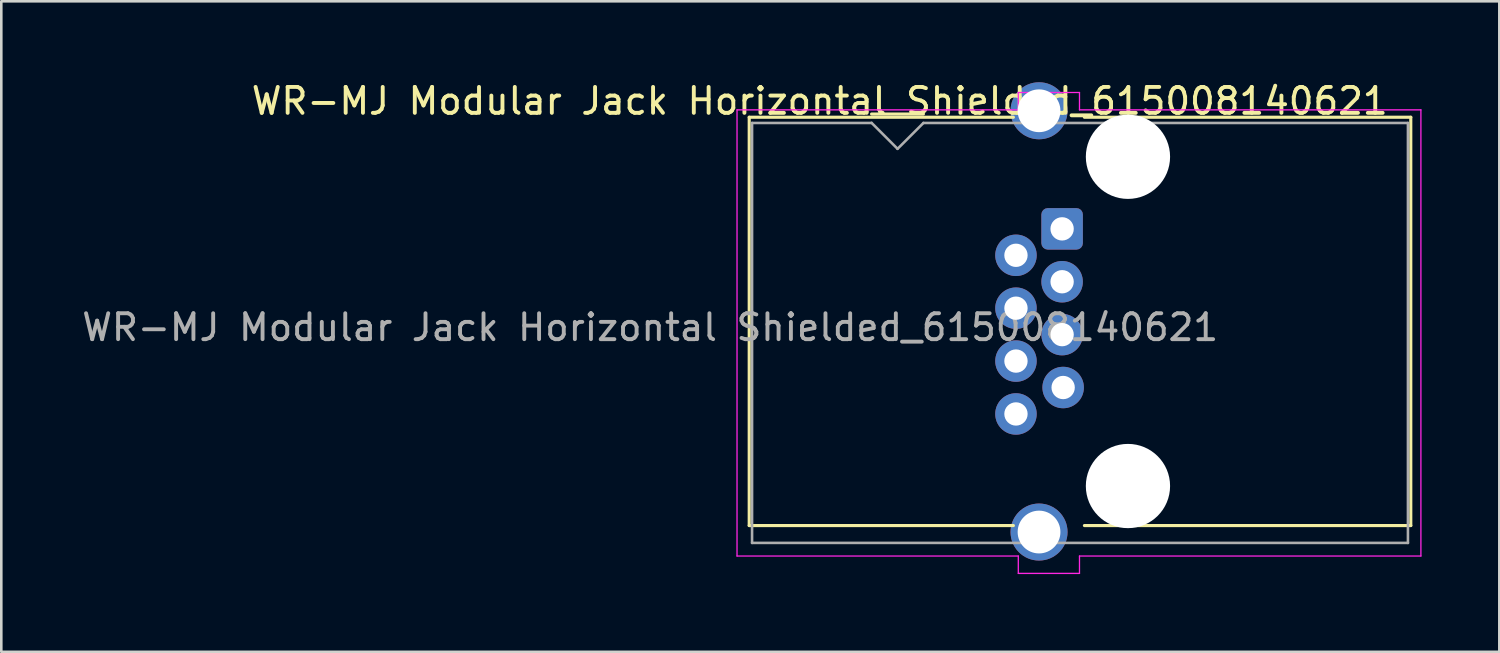
<source format=kicad_pcb>
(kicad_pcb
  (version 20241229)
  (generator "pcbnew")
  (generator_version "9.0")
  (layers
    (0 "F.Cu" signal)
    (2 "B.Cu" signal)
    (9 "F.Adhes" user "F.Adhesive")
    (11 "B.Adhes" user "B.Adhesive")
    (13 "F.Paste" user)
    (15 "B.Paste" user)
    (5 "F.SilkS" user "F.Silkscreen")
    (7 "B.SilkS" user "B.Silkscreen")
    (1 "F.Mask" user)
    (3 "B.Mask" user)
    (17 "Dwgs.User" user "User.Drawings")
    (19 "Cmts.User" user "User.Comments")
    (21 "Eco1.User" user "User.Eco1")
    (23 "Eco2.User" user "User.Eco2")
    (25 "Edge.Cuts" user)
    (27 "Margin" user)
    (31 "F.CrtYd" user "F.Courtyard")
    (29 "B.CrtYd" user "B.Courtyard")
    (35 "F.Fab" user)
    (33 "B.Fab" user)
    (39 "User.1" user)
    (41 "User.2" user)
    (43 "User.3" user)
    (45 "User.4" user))
  (footprint "WR-MJ Modular Jack Horizontal Shielded_615008140621"
    (layer "F.Cu")
    (at 40.46 9.348)
    (property "Reference" "WR-MJ Modular Jack Horizontal Shielded_615008140621" (at -11.89 -8.5 0) (layer "F.SilkS") (effects (font (size 1 1) (thickness 0.15))))
    (attr through_hole)
    (fp_line (start -14.61 -7.875) (end -14.61 7.875) (stroke (width 0.12) (type solid)) (layer "F.SilkS"))
    (fp_line (start -14.61 7.875) (end -4.42 7.875) (stroke (width 0.12) (type solid)) (layer "F.SilkS"))
    (fp_line (start -9.89 -8) (end -7.89 -8) (stroke (width 0.12) (type solid)) (layer "F.SilkS"))
    (fp_line (start -4.42 -7.875) (end -14.61 -7.875) (stroke (width 0.12) (type solid)) (layer "F.SilkS"))
    (fp_line (start -1.68 7.875) (end 10.91 7.875) (stroke (width 0.12) (type solid)) (layer "F.SilkS"))
    (fp_line (start 10.91 -7.875) (end -1.68 -7.875) (stroke (width 0.12) (type solid)) (layer "F.SilkS"))
    (fp_line (start 10.91 7.875) (end 10.91 -7.875) (stroke (width 0.12) (type solid)) (layer "F.SilkS"))
    (fp_line (start -15.08 -8.16) (end -15.08 9.05) (stroke (width 0.05) (type solid)) (layer "F.CrtYd"))
    (fp_line (start -4.23 -8.83) (end -4.23 -8.16) (stroke (width 0.05) (type solid)) (layer "F.CrtYd"))
    (fp_line (start -4.23 -8.16) (end -15.08 -8.16) (stroke (width 0.05) (type solid)) (layer "F.CrtYd"))
    (fp_line (start -4.23 9.05) (end -15.08 9.05) (stroke (width 0.05) (type solid)) (layer "F.CrtYd"))
    (fp_line (start -4.23 9.05) (end -4.23 9.72) (stroke (width 0.05) (type solid)) (layer "F.CrtYd"))
    (fp_line (start -1.87 -8.83) (end -4.23 -8.83) (stroke (width 0.05) (type solid)) (layer "F.CrtYd"))
    (fp_line (start -1.87 -8.83) (end -1.87 -8.16) (stroke (width 0.05) (type solid)) (layer "F.CrtYd"))
    (fp_line (start -1.87 9.05) (end -1.87 9.72) (stroke (width 0.05) (type solid)) (layer "F.CrtYd"))
    (fp_line (start -1.87 9.72) (end -4.23 9.72) (stroke (width 0.05) (type solid)) (layer "F.CrtYd"))
    (fp_line (start 11.3 -8.16) (end -1.87 -8.16) (stroke (width 0.05) (type solid)) (layer "F.CrtYd"))
    (fp_line (start 11.3 9.05) (end -1.87 9.05) (stroke (width 0.05) (type solid)) (layer "F.CrtYd"))
    (fp_line (start 11.3 9.05) (end 11.3 -8.16) (stroke (width 0.05) (type solid)) (layer "F.CrtYd"))
    (fp_line (start -14.5 -7.655) (end -14.5 8.545) (stroke (width 0.1) (type solid)) (layer "F.Fab"))
    (fp_line (start -14.5 8.545) (end 10.8 8.545) (stroke (width 0.1) (type solid)) (layer "F.Fab"))
    (fp_line (start -9.89 -7.655) (end -14.5 -7.655) (stroke (width 0.1) (type solid)) (layer "F.Fab"))
    (fp_line (start -8.89 -6.66) (end -9.89 -7.66) (stroke (width 0.1) (type solid)) (layer "F.Fab"))
    (fp_line (start -8.89 -6.655) (end -7.89 -7.655) (stroke (width 0.1) (type solid)) (layer "F.Fab"))
    (fp_line (start 10.8 -7.655) (end -7.89 -7.655) (stroke (width 0.1) (type solid)) (layer "F.Fab"))
    (fp_line (start 10.8 8.545) (end 10.8 -7.655) (stroke (width 0.1) (type solid)) (layer "F.Fab"))
    (fp_text user "${REFERENCE}" (at -18.43 0.23 180) (layer "F.Fab") (effects (font (size 1 1) (thickness 0.15))))
    (pad "" np_thru_hole circle (at 0 -6.35 90) (size 3.25 3.25) (drill 3.25) (layers "*.Cu" "*.Mask"))
    (pad "" np_thru_hole circle (at 0 6.35 90) (size 3.25 3.25) (drill 3.25) (layers "*.Cu" "*.Mask"))
    (pad "1" thru_hole roundrect (at -2.54 -3.57 90) (size 1.6 1.6) (drill 0.9) (layers "*.Cu" "*.Mask") (roundrect_rratio 0.155))
    (pad "2" thru_hole circle (at -4.32 -2.55 90) (size 1.6 1.6) (drill 0.9) (layers "*.Cu" "*.Mask"))
    (pad "3" thru_hole circle (at -2.54 -1.53 90) (size 1.6 1.6) (drill 0.9) (layers "*.Cu" "*.Mask"))
    (pad "4" thru_hole circle (at -4.32 -0.51 90) (size 1.6 1.6) (drill 0.9) (layers "*.Cu" "*.Mask"))
    (pad "5" thru_hole circle (at -2.54 0.51 90) (size 1.6 1.6) (drill 0.9) (layers "*.Cu" "*.Mask"))
    (pad "6" thru_hole circle (at -4.32 1.53 90) (size 1.6 1.6) (drill 0.9) (layers "*.Cu" "*.Mask"))
    (pad "7" thru_hole circle (at -2.5 2.55 90) (size 1.6 1.6) (drill 0.9) (layers "*.Cu" "*.Mask"))
    (pad "8" thru_hole circle (at -4.32 3.57 90) (size 1.6 1.6) (drill 0.9) (layers "*.Cu" "*.Mask"))
    (pad "SH" thru_hole circle (at -3.43 -8.125 90) (size 2.2 2.2) (drill 1.65) (layers "*.Cu" "*.Mask"))
    (pad "SH" thru_hole circle (at -3.43 8.125 90) (size 2.2 2.2) (drill 1.65) (layers "*.Cu" "*.Mask")))
  (gr_rect
    (start -3 -3)
    (end 54.785 22.093)
    (stroke (width 0.1) (type default))
    (fill no)
    (layer "Edge.Cuts")))
</source>
